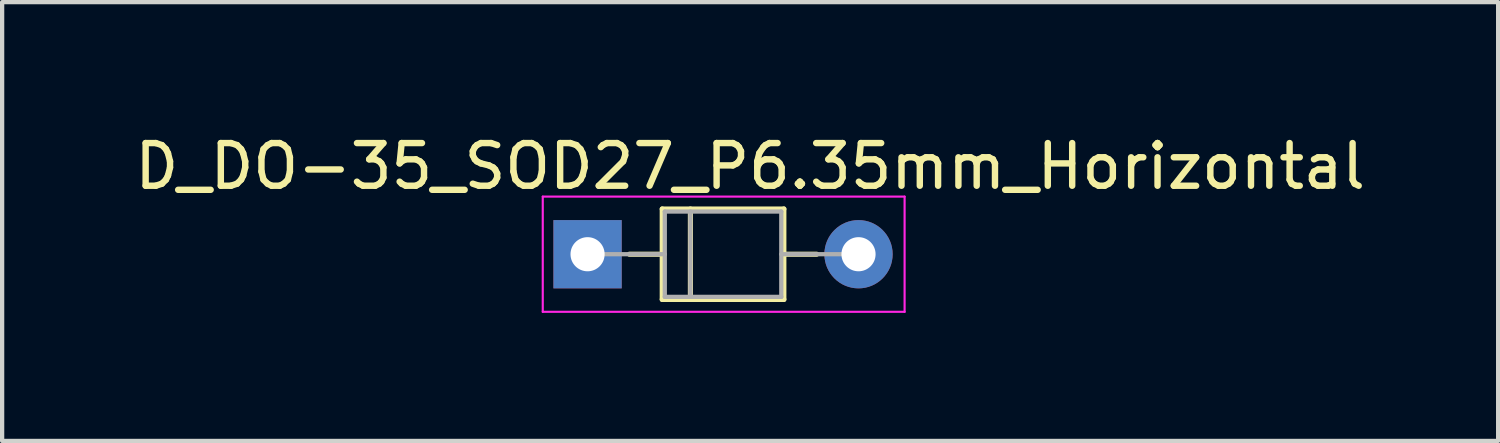
<source format=kicad_pcb>
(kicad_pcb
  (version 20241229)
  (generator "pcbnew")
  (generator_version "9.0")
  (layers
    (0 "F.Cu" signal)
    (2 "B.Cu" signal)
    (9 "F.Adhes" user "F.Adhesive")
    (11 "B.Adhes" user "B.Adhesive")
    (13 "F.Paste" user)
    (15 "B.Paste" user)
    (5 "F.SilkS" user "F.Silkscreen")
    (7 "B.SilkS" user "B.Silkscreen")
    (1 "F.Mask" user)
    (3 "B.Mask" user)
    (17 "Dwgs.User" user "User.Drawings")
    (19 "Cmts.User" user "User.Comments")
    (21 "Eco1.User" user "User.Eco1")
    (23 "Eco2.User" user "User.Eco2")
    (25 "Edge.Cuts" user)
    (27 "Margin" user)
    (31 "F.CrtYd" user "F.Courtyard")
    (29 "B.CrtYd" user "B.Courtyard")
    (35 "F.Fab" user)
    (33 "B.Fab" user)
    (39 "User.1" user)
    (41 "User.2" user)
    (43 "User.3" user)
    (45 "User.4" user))
  (footprint "D_DO-35_SOD27_P6.35mm_Horizontal"
    (layer "F.Cu")
    (at 10.72 2.908)
    (property "Reference" "D_DO-35_SOD27_P6.35mm_Horizontal" (at 3.81 -2.06 0) (layer "F.SilkS") (effects (font (size 1 1) (thickness 0.15))))
    (attr through_hole)
    (fp_line (start 0.98 0) (end 1.75 0) (stroke (width 0.12) (type solid)) (layer "F.SilkS"))
    (fp_line (start 1.75 -1.06) (end 1.75 1.06) (stroke (width 0.12) (type solid)) (layer "F.SilkS"))
    (fp_line (start 1.75 1.06) (end 4.6 1.06) (stroke (width 0.12) (type solid)) (layer "F.SilkS"))
    (fp_line (start 2.41 -1.06) (end 2.41 1.06) (stroke (width 0.12) (type solid)) (layer "F.SilkS"))
    (fp_line (start 4.6 -1.06) (end 1.75 -1.06) (stroke (width 0.12) (type solid)) (layer "F.SilkS"))
    (fp_line (start 4.6 1.06) (end 4.6 -1.06) (stroke (width 0.12) (type solid)) (layer "F.SilkS"))
    (fp_line (start 5.37 0) (end 4.6 0) (stroke (width 0.12) (type solid)) (layer "F.SilkS"))
    (fp_line (start -1.05 -1.35) (end -1.05 1.35) (stroke (width 0.05) (type solid)) (layer "F.CrtYd"))
    (fp_line (start -1.05 1.35) (end 7.43 1.35) (stroke (width 0.05) (type solid)) (layer "F.CrtYd"))
    (fp_line (start 7.43 -1.35) (end -1.05 -1.35) (stroke (width 0.05) (type solid)) (layer "F.CrtYd"))
    (fp_line (start 7.43 1.35) (end 7.43 -1.35) (stroke (width 0.05) (type solid)) (layer "F.CrtYd"))
    (fp_line (start 0 0) (end 1.81 0) (stroke (width 0.1) (type solid)) (layer "F.Fab"))
    (fp_line (start 1.81 -1) (end 1.81 1) (stroke (width 0.1) (type solid)) (layer "F.Fab"))
    (fp_line (start 1.81 1) (end 4.54 1) (stroke (width 0.1) (type solid)) (layer "F.Fab"))
    (fp_line (start 2.41 -1) (end 2.41 1) (stroke (width 0.1) (type solid)) (layer "F.Fab"))
    (fp_line (start 4.54 -1) (end 1.81 -1) (stroke (width 0.1) (type solid)) (layer "F.Fab"))
    (fp_line (start 4.54 1) (end 4.54 -1) (stroke (width 0.1) (type solid)) (layer "F.Fab"))
    (fp_line (start 6.35 0) (end 4.54 0) (stroke (width 0.1) (type solid)) (layer "F.Fab"))
    (pad "1" thru_hole rect (at 0 0) (size 1.6 1.6) (drill 0.8) (layers "*.Cu" "*.Mask"))
    (pad "2" thru_hole oval (at 6.35 0) (size 1.6 1.6) (drill 0.8) (layers "*.Cu" "*.Mask")))
  (gr_rect
    (start -3 -3)
    (end 32.06 7.283)
    (stroke (width 0.1) (type default))
    (fill no)
    (layer "Edge.Cuts")))
</source>
